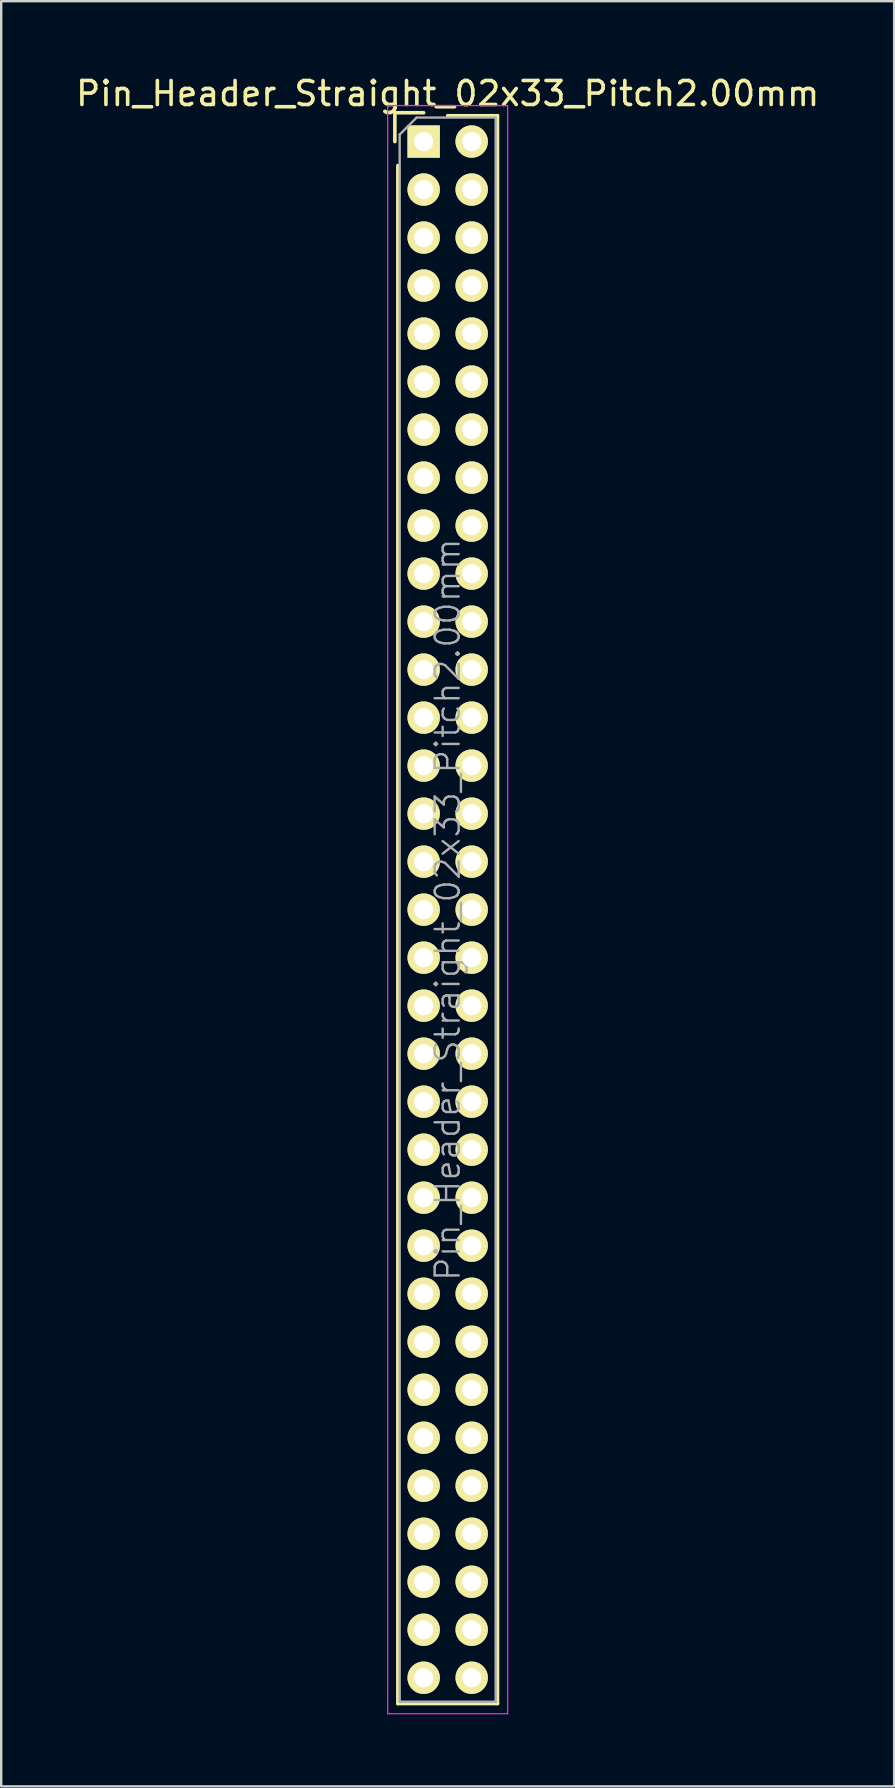
<source format=kicad_pcb>
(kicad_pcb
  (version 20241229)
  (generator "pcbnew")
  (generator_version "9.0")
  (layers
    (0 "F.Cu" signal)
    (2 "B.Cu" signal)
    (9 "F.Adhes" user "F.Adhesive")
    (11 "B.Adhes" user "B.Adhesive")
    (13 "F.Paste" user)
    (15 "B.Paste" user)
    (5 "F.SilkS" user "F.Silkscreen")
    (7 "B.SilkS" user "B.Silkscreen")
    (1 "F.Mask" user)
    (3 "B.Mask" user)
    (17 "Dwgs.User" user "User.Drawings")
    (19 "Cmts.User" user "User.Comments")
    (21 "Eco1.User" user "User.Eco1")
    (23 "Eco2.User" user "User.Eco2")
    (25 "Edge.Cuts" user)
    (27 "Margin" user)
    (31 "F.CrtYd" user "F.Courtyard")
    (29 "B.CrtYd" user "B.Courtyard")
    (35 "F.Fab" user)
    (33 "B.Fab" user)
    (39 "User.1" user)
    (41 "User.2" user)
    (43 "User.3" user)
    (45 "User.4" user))
  (footprint "Pin_Header_Straight_02x33_Pitch2.00mm"
    (layer "F.Cu")
    (at 14.601 2.848)
    (property "Reference" "Pin_Header_Straight_02x33_Pitch2.00mm" (at 1 -2 0) (layer "F.SilkS") (effects (font (size 1 1) (thickness 0.15))))
    (attr smd)
    (fp_line (start -1.2 -1.2) (end -1.2 0) (stroke (width 0.15) (type solid)) (layer "F.SilkS"))
    (fp_line (start -1.2 -1.2) (end 0 -1.2) (stroke (width 0.15) (type solid)) (layer "F.SilkS"))
    (fp_line (start -1.075 1) (end -1.075 65.075) (stroke (width 0.15) (type solid)) (layer "F.SilkS"))
    (fp_line (start -1.075 65.075) (end 3.075 65.075) (stroke (width 0.15) (type solid)) (layer "F.SilkS"))
    (fp_line (start 1 -1.075) (end 3.075 -1.075) (stroke (width 0.15) (type solid)) (layer "F.SilkS"))
    (fp_line (start 3.075 -1.075) (end 3.075 65.075) (stroke (width 0.15) (type solid)) (layer "F.SilkS"))
    (fp_line (start -1.5 -1.5) (end -1.5 65.5) (stroke (width 0.05) (type solid)) (layer "F.CrtYd"))
    (fp_line (start 3.5 -1.5) (end -1.5 -1.5) (stroke (width 0.05) (type solid)) (layer "F.CrtYd"))
    (fp_line (start 3.5 -1.5) (end 3.5 65.5) (stroke (width 0.05) (type solid)) (layer "F.CrtYd"))
    (fp_line (start 3.5 65.5) (end -1.5 65.5) (stroke (width 0.05) (type solid)) (layer "F.CrtYd"))
    (fp_line (start -1 -0.293) (end -0.293 -1) (stroke (width 0.1) (type solid)) (layer "F.Fab"))
    (fp_line (start -1 65) (end -1 -0.293) (stroke (width 0.1) (type solid)) (layer "F.Fab"))
    (fp_line (start 3 -1) (end -0.293 -1) (stroke (width 0.1) (type solid)) (layer "F.Fab"))
    (fp_line (start 3 65) (end -1 65) (stroke (width 0.1) (type solid)) (layer "F.Fab"))
    (fp_line (start 3 65) (end 3 -1) (stroke (width 0.1) (type solid)) (layer "F.Fab"))
    (fp_text user "${REFERENCE}" (at 1 32 90) (layer "F.Fab") (effects (font (size 1 1) (thickness 0.1))))
    (pad "1" thru_hole rect (at 0 0) (size 1.35 1.35) (drill 0.8) (layers "*.Cu" "*.Mask" "F.SilkS"))
    (pad "2" thru_hole oval (at 2 0) (size 1.35 1.35) (drill 0.8) (layers "*.Cu" "*.Mask" "F.SilkS"))
    (pad "3" thru_hole oval (at 0 2) (size 1.35 1.35) (drill 0.8) (layers "*.Cu" "*.Mask" "F.SilkS"))
    (pad "4" thru_hole oval (at 2 2) (size 1.35 1.35) (drill 0.8) (layers "*.Cu" "*.Mask" "F.SilkS"))
    (pad "5" thru_hole oval (at 0 4) (size 1.35 1.35) (drill 0.8) (layers "*.Cu" "*.Mask" "F.SilkS"))
    (pad "6" thru_hole oval (at 2 4) (size 1.35 1.35) (drill 0.8) (layers "*.Cu" "*.Mask" "F.SilkS"))
    (pad "7" thru_hole oval (at 0 6) (size 1.35 1.35) (drill 0.8) (layers "*.Cu" "*.Mask" "F.SilkS"))
    (pad "8" thru_hole oval (at 2 6) (size 1.35 1.35) (drill 0.8) (layers "*.Cu" "*.Mask" "F.SilkS"))
    (pad "9" thru_hole oval (at 0 8) (size 1.35 1.35) (drill 0.8) (layers "*.Cu" "*.Mask" "F.SilkS"))
    (pad "10" thru_hole oval (at 2 8) (size 1.35 1.35) (drill 0.8) (layers "*.Cu" "*.Mask" "F.SilkS"))
    (pad "11" thru_hole oval (at 0 10) (size 1.35 1.35) (drill 0.8) (layers "*.Cu" "*.Mask" "F.SilkS"))
    (pad "12" thru_hole oval (at 2 10) (size 1.35 1.35) (drill 0.8) (layers "*.Cu" "*.Mask" "F.SilkS"))
    (pad "13" thru_hole oval (at 0 12) (size 1.35 1.35) (drill 0.8) (layers "*.Cu" "*.Mask" "F.SilkS"))
    (pad "14" thru_hole oval (at 2 12) (size 1.35 1.35) (drill 0.8) (layers "*.Cu" "*.Mask" "F.SilkS"))
    (pad "15" thru_hole oval (at 0 14) (size 1.35 1.35) (drill 0.8) (layers "*.Cu" "*.Mask" "F.SilkS"))
    (pad "16" thru_hole oval (at 2 14) (size 1.35 1.35) (drill 0.8) (layers "*.Cu" "*.Mask" "F.SilkS"))
    (pad "17" thru_hole oval (at 0 16) (size 1.35 1.35) (drill 0.8) (layers "*.Cu" "*.Mask" "F.SilkS"))
    (pad "18" thru_hole oval (at 2 16) (size 1.35 1.35) (drill 0.8) (layers "*.Cu" "*.Mask" "F.SilkS"))
    (pad "19" thru_hole oval (at 0 18) (size 1.35 1.35) (drill 0.8) (layers "*.Cu" "*.Mask" "F.SilkS"))
    (pad "20" thru_hole oval (at 2 18) (size 1.35 1.35) (drill 0.8) (layers "*.Cu" "*.Mask" "F.SilkS"))
    (pad "21" thru_hole oval (at 0 20) (size 1.35 1.35) (drill 0.8) (layers "*.Cu" "*.Mask" "F.SilkS"))
    (pad "22" thru_hole oval (at 2 20) (size 1.35 1.35) (drill 0.8) (layers "*.Cu" "*.Mask" "F.SilkS"))
    (pad "23" thru_hole oval (at 0 22) (size 1.35 1.35) (drill 0.8) (layers "*.Cu" "*.Mask" "F.SilkS"))
    (pad "24" thru_hole oval (at 2 22) (size 1.35 1.35) (drill 0.8) (layers "*.Cu" "*.Mask" "F.SilkS"))
    (pad "25" thru_hole oval (at 0 24) (size 1.35 1.35) (drill 0.8) (layers "*.Cu" "*.Mask" "F.SilkS"))
    (pad "26" thru_hole oval (at 2 24) (size 1.35 1.35) (drill 0.8) (layers "*.Cu" "*.Mask" "F.SilkS"))
    (pad "27" thru_hole oval (at 0 26) (size 1.35 1.35) (drill 0.8) (layers "*.Cu" "*.Mask" "F.SilkS"))
    (pad "28" thru_hole oval (at 2 26) (size 1.35 1.35) (drill 0.8) (layers "*.Cu" "*.Mask" "F.SilkS"))
    (pad "29" thru_hole oval (at 0 28) (size 1.35 1.35) (drill 0.8) (layers "*.Cu" "*.Mask" "F.SilkS"))
    (pad "30" thru_hole oval (at 2 28) (size 1.35 1.35) (drill 0.8) (layers "*.Cu" "*.Mask" "F.SilkS"))
    (pad "31" thru_hole oval (at 0 30) (size 1.35 1.35) (drill 0.8) (layers "*.Cu" "*.Mask" "F.SilkS"))
    (pad "32" thru_hole oval (at 2 30) (size 1.35 1.35) (drill 0.8) (layers "*.Cu" "*.Mask" "F.SilkS"))
    (pad "33" thru_hole oval (at 0 32) (size 1.35 1.35) (drill 0.8) (layers "*.Cu" "*.Mask" "F.SilkS"))
    (pad "34" thru_hole oval (at 2 32) (size 1.35 1.35) (drill 0.8) (layers "*.Cu" "*.Mask" "F.SilkS"))
    (pad "35" thru_hole oval (at 0 34) (size 1.35 1.35) (drill 0.8) (layers "*.Cu" "*.Mask" "F.SilkS"))
    (pad "36" thru_hole oval (at 2 34) (size 1.35 1.35) (drill 0.8) (layers "*.Cu" "*.Mask" "F.SilkS"))
    (pad "37" thru_hole oval (at 0 36) (size 1.35 1.35) (drill 0.8) (layers "*.Cu" "*.Mask" "F.SilkS"))
    (pad "38" thru_hole oval (at 2 36) (size 1.35 1.35) (drill 0.8) (layers "*.Cu" "*.Mask" "F.SilkS"))
    (pad "39" thru_hole oval (at 0 38) (size 1.35 1.35) (drill 0.8) (layers "*.Cu" "*.Mask" "F.SilkS"))
    (pad "40" thru_hole oval (at 2 38) (size 1.35 1.35) (drill 0.8) (layers "*.Cu" "*.Mask" "F.SilkS"))
    (pad "41" thru_hole oval (at 0 40) (size 1.35 1.35) (drill 0.8) (layers "*.Cu" "*.Mask" "F.SilkS"))
    (pad "42" thru_hole oval (at 2 40) (size 1.35 1.35) (drill 0.8) (layers "*.Cu" "*.Mask" "F.SilkS"))
    (pad "43" thru_hole oval (at 0 42) (size 1.35 1.35) (drill 0.8) (layers "*.Cu" "*.Mask" "F.SilkS"))
    (pad "44" thru_hole oval (at 2 42) (size 1.35 1.35) (drill 0.8) (layers "*.Cu" "*.Mask" "F.SilkS"))
    (pad "45" thru_hole oval (at 0 44) (size 1.35 1.35) (drill 0.8) (layers "*.Cu" "*.Mask" "F.SilkS"))
    (pad "46" thru_hole oval (at 2 44) (size 1.35 1.35) (drill 0.8) (layers "*.Cu" "*.Mask" "F.SilkS"))
    (pad "47" thru_hole oval (at 0 46) (size 1.35 1.35) (drill 0.8) (layers "*.Cu" "*.Mask" "F.SilkS"))
    (pad "48" thru_hole oval (at 2 46) (size 1.35 1.35) (drill 0.8) (layers "*.Cu" "*.Mask" "F.SilkS"))
    (pad "49" thru_hole oval (at 0 48) (size 1.35 1.35) (drill 0.8) (layers "*.Cu" "*.Mask" "F.SilkS"))
    (pad "50" thru_hole oval (at 2 48) (size 1.35 1.35) (drill 0.8) (layers "*.Cu" "*.Mask" "F.SilkS"))
    (pad "51" thru_hole oval (at 0 50) (size 1.35 1.35) (drill 0.8) (layers "*.Cu" "*.Mask" "F.SilkS"))
    (pad "52" thru_hole oval (at 2 50) (size 1.35 1.35) (drill 0.8) (layers "*.Cu" "*.Mask" "F.SilkS"))
    (pad "53" thru_hole oval (at 0 52) (size 1.35 1.35) (drill 0.8) (layers "*.Cu" "*.Mask" "F.SilkS"))
    (pad "54" thru_hole oval (at 2 52) (size 1.35 1.35) (drill 0.8) (layers "*.Cu" "*.Mask" "F.SilkS"))
    (pad "55" thru_hole oval (at 0 54) (size 1.35 1.35) (drill 0.8) (layers "*.Cu" "*.Mask" "F.SilkS"))
    (pad "56" thru_hole oval (at 2 54) (size 1.35 1.35) (drill 0.8) (layers "*.Cu" "*.Mask" "F.SilkS"))
    (pad "57" thru_hole oval (at 0 56) (size 1.35 1.35) (drill 0.8) (layers "*.Cu" "*.Mask" "F.SilkS"))
    (pad "58" thru_hole oval (at 2 56) (size 1.35 1.35) (drill 0.8) (layers "*.Cu" "*.Mask" "F.SilkS"))
    (pad "59" thru_hole oval (at 0 58) (size 1.35 1.35) (drill 0.8) (layers "*.Cu" "*.Mask" "F.SilkS"))
    (pad "60" thru_hole oval (at 2 58) (size 1.35 1.35) (drill 0.8) (layers "*.Cu" "*.Mask" "F.SilkS"))
    (pad "61" thru_hole oval (at 0 60) (size 1.35 1.35) (drill 0.8) (layers "*.Cu" "*.Mask" "F.SilkS"))
    (pad "62" thru_hole oval (at 2 60) (size 1.35 1.35) (drill 0.8) (layers "*.Cu" "*.Mask" "F.SilkS"))
    (pad "63" thru_hole oval (at 0 62) (size 1.35 1.35) (drill 0.8) (layers "*.Cu" "*.Mask" "F.SilkS"))
    (pad "64" thru_hole oval (at 2 62) (size 1.35 1.35) (drill 0.8) (layers "*.Cu" "*.Mask" "F.SilkS"))
    (pad "65" thru_hole oval (at 0 64) (size 1.35 1.35) (drill 0.8) (layers "*.Cu" "*.Mask" "F.SilkS"))
    (pad "66" thru_hole oval (at 2 64) (size 1.35 1.35) (drill 0.8) (layers "*.Cu" "*.Mask" "F.SilkS")))
  (gr_rect
    (start -3 -3)
    (end 34.202 71.373)
    (stroke (width 0.1) (type default))
    (fill no)
    (layer "Edge.Cuts")))
</source>
